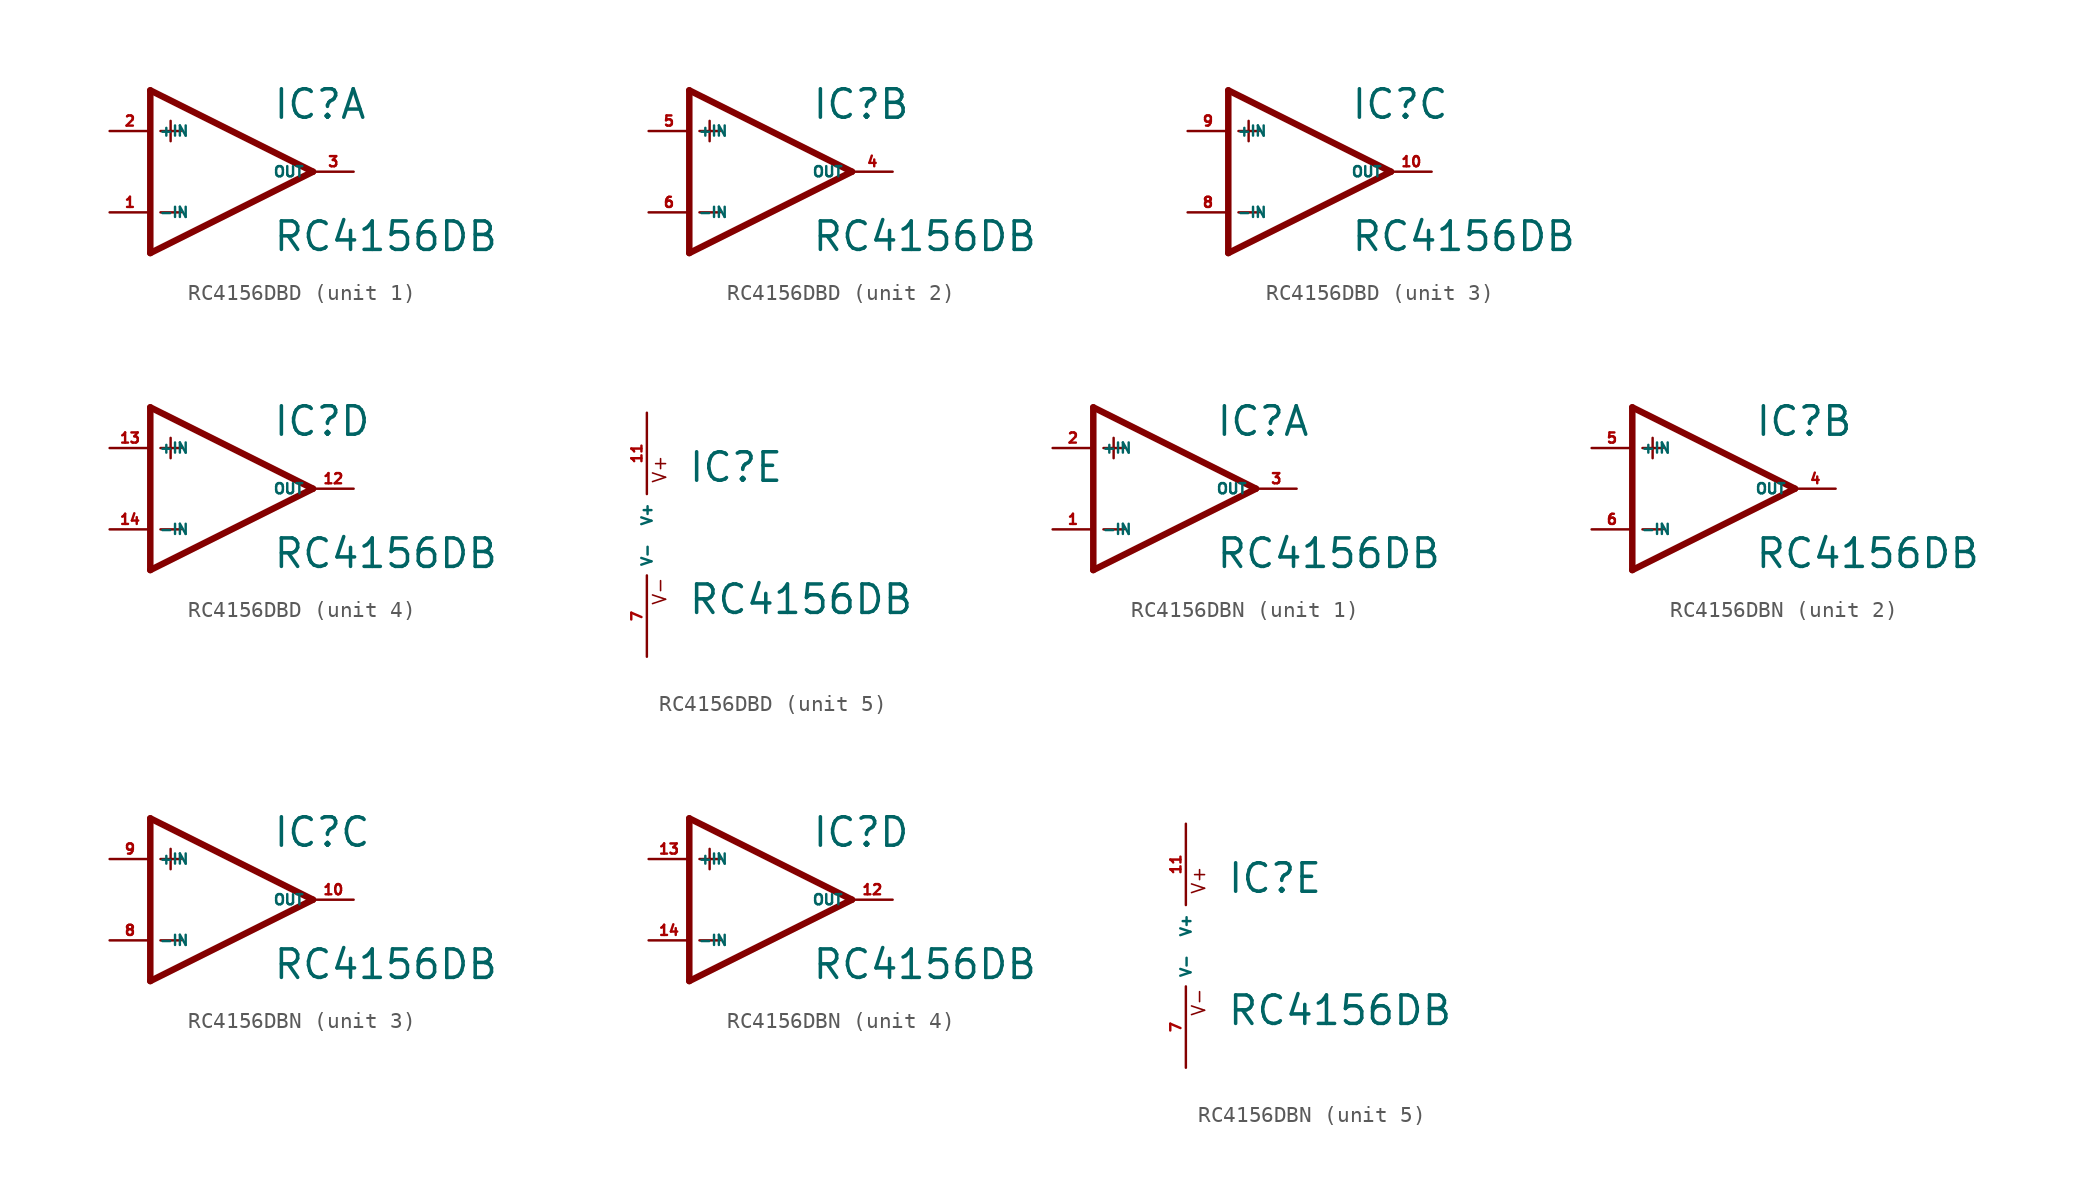
<source format=kicad_sym>
(kicad_symbol_lib
  (version 20220914)
  (generator Eagle2Kicad)
  (symbol "RC4156DBD"
    (property "Reference" "IC"
      (at 2.54 3.175 0)
      (effects (font (size 1.778 1.778) (thickness 0.22)) (justify left bottom)))
    (property "Value" "RC4156DB"
      (at 2.54 -5.08 0)
      (effects (font (size 1.778 1.778) (thickness 0.22)) (justify left bottom)))
    (symbol "RC4156DBD_1_0"
      (polyline (pts (xy -5.08 5.08) (xy -5.08 -5.08)) (stroke (width 0.406) (type default)) (fill (type none)))
      (polyline (pts (xy -5.08 -5.08) (xy 5.08 0)) (stroke (width 0.406) (type default)) (fill (type none)))
      (polyline (pts (xy 5.08 0) (xy -5.08 5.08)) (stroke (width 0.406) (type default)) (fill (type none)))
      (polyline (pts (xy -3.81 3.175) (xy -3.81 1.905)) (stroke (width 0.152) (type default)) (fill (type none)))
      (polyline (pts (xy -4.445 2.54) (xy -3.175 2.54)) (stroke (width 0.152) (type default)) (fill (type none)))
      (polyline (pts (xy -4.445 -2.54) (xy -3.175 -2.54)) (stroke (width 0.152) (type default)) (fill (type none)))
      (pin input line (at -7.62 -2.54 0) (length 2.54) (name "-IN" (effects (font (size 0.635 0.635) (thickness 0.08)) (justify left bottom))) (number "1" (effects (font (size 0.635 0.635) (thickness 0.08)) (justify left bottom))))
      (pin input line (at -7.62 2.54 0) (length 2.54) (name "+IN" (effects (font (size 0.635 0.635) (thickness 0.08)) (justify left bottom))) (number "2" (effects (font (size 0.635 0.635) (thickness 0.08)) (justify left bottom))))
      (pin output line (at 7.62 0 180) (length 2.54) (name "OUT" (effects (font (size 0.635 0.635) (thickness 0.08)) (justify left bottom))) (number "3" (effects (font (size 0.635 0.635) (thickness 0.08)) (justify left bottom)))))
    (symbol "RC4156DBD_2_0"
      (polyline (pts (xy -5.08 5.08) (xy -5.08 -5.08)) (stroke (width 0.406) (type default)) (fill (type none)))
      (polyline (pts (xy -5.08 -5.08) (xy 5.08 0)) (stroke (width 0.406) (type default)) (fill (type none)))
      (polyline (pts (xy 5.08 0) (xy -5.08 5.08)) (stroke (width 0.406) (type default)) (fill (type none)))
      (polyline (pts (xy -3.81 3.175) (xy -3.81 1.905)) (stroke (width 0.152) (type default)) (fill (type none)))
      (polyline (pts (xy -4.445 2.54) (xy -3.175 2.54)) (stroke (width 0.152) (type default)) (fill (type none)))
      (polyline (pts (xy -4.445 -2.54) (xy -3.175 -2.54)) (stroke (width 0.152) (type default)) (fill (type none)))
      (pin input line (at -7.62 -2.54 0) (length 2.54) (name "-IN" (effects (font (size 0.635 0.635) (thickness 0.08)) (justify left bottom))) (number "6" (effects (font (size 0.635 0.635) (thickness 0.08)) (justify left bottom))))
      (pin input line (at -7.62 2.54 0) (length 2.54) (name "+IN" (effects (font (size 0.635 0.635) (thickness 0.08)) (justify left bottom))) (number "5" (effects (font (size 0.635 0.635) (thickness 0.08)) (justify left bottom))))
      (pin output line (at 7.62 0 180) (length 2.54) (name "OUT" (effects (font (size 0.635 0.635) (thickness 0.08)) (justify left bottom))) (number "4" (effects (font (size 0.635 0.635) (thickness 0.08)) (justify left bottom)))))
    (symbol "RC4156DBD_3_0"
      (polyline (pts (xy -5.08 5.08) (xy -5.08 -5.08)) (stroke (width 0.406) (type default)) (fill (type none)))
      (polyline (pts (xy -5.08 -5.08) (xy 5.08 0)) (stroke (width 0.406) (type default)) (fill (type none)))
      (polyline (pts (xy 5.08 0) (xy -5.08 5.08)) (stroke (width 0.406) (type default)) (fill (type none)))
      (polyline (pts (xy -3.81 3.175) (xy -3.81 1.905)) (stroke (width 0.152) (type default)) (fill (type none)))
      (polyline (pts (xy -4.445 2.54) (xy -3.175 2.54)) (stroke (width 0.152) (type default)) (fill (type none)))
      (polyline (pts (xy -4.445 -2.54) (xy -3.175 -2.54)) (stroke (width 0.152) (type default)) (fill (type none)))
      (pin input line (at -7.62 -2.54 0) (length 2.54) (name "-IN" (effects (font (size 0.635 0.635) (thickness 0.08)) (justify left bottom))) (number "8" (effects (font (size 0.635 0.635) (thickness 0.08)) (justify left bottom))))
      (pin input line (at -7.62 2.54 0) (length 2.54) (name "+IN" (effects (font (size 0.635 0.635) (thickness 0.08)) (justify left bottom))) (number "9" (effects (font (size 0.635 0.635) (thickness 0.08)) (justify left bottom))))
      (pin output line (at 7.62 0 180) (length 2.54) (name "OUT" (effects (font (size 0.635 0.635) (thickness 0.08)) (justify left bottom))) (number "10" (effects (font (size 0.635 0.635) (thickness 0.08)) (justify left bottom)))))
    (symbol "RC4156DBD_4_0"
      (polyline (pts (xy -5.08 5.08) (xy -5.08 -5.08)) (stroke (width 0.406) (type default)) (fill (type none)))
      (polyline (pts (xy -5.08 -5.08) (xy 5.08 0)) (stroke (width 0.406) (type default)) (fill (type none)))
      (polyline (pts (xy 5.08 0) (xy -5.08 5.08)) (stroke (width 0.406) (type default)) (fill (type none)))
      (polyline (pts (xy -3.81 3.175) (xy -3.81 1.905)) (stroke (width 0.152) (type default)) (fill (type none)))
      (polyline (pts (xy -4.445 2.54) (xy -3.175 2.54)) (stroke (width 0.152) (type default)) (fill (type none)))
      (polyline (pts (xy -4.445 -2.54) (xy -3.175 -2.54)) (stroke (width 0.152) (type default)) (fill (type none)))
      (pin input line (at -7.62 -2.54 0) (length 2.54) (name "-IN" (effects (font (size 0.635 0.635) (thickness 0.08)) (justify left bottom))) (number "14" (effects (font (size 0.635 0.635) (thickness 0.08)) (justify left bottom))))
      (pin input line (at -7.62 2.54 0) (length 2.54) (name "+IN" (effects (font (size 0.635 0.635) (thickness 0.08)) (justify left bottom))) (number "13" (effects (font (size 0.635 0.635) (thickness 0.08)) (justify left bottom))))
      (pin output line (at 7.62 0 180) (length 2.54) (name "OUT" (effects (font (size 0.635 0.635) (thickness 0.08)) (justify left bottom))) (number "12" (effects (font (size 0.635 0.635) (thickness 0.08)) (justify left bottom)))))
    (symbol "RC4156DBD_5_0"
      (text "V+" (at 1.27 3.175 900) (effects (font (size 0.813 0.813) (thickness 0.10)) (justify left bottom)))
      (text "V-" (at 1.27 -4.445 900) (effects (font (size 0.813 0.813) (thickness 0.10)) (justify left bottom)))
      (pin unspecified line (at 0 7.62 270) (length 5.08) (name "V+" (effects (font (size 0.635 0.635) (thickness 0.08)) (justify left bottom))) (number "11" (effects (font (size 0.635 0.635) (thickness 0.08)) (justify left bottom))))
      (pin unspecified line (at 0 -7.62 90) (length 5.08) (name "V-" (effects (font (size 0.635 0.635) (thickness 0.08)) (justify left bottom))) (number "7" (effects (font (size 0.635 0.635) (thickness 0.08)) (justify left bottom))))))
  (symbol "RC4156DBN"
    (property "Reference" "IC"
      (at 2.54 3.175 0)
      (effects (font (size 1.778 1.778) (thickness 0.22)) (justify left bottom)))
    (property "Value" "RC4156DB"
      (at 2.54 -5.08 0)
      (effects (font (size 1.778 1.778) (thickness 0.22)) (justify left bottom)))
    (symbol "RC4156DBN_1_0"
      (polyline (pts (xy -5.08 5.08) (xy -5.08 -5.08)) (stroke (width 0.406) (type default)) (fill (type none)))
      (polyline (pts (xy -5.08 -5.08) (xy 5.08 0)) (stroke (width 0.406) (type default)) (fill (type none)))
      (polyline (pts (xy 5.08 0) (xy -5.08 5.08)) (stroke (width 0.406) (type default)) (fill (type none)))
      (polyline (pts (xy -3.81 3.175) (xy -3.81 1.905)) (stroke (width 0.152) (type default)) (fill (type none)))
      (polyline (pts (xy -4.445 2.54) (xy -3.175 2.54)) (stroke (width 0.152) (type default)) (fill (type none)))
      (polyline (pts (xy -4.445 -2.54) (xy -3.175 -2.54)) (stroke (width 0.152) (type default)) (fill (type none)))
      (pin input line (at -7.62 -2.54 0) (length 2.54) (name "-IN" (effects (font (size 0.635 0.635) (thickness 0.08)) (justify left bottom))) (number "1" (effects (font (size 0.635 0.635) (thickness 0.08)) (justify left bottom))))
      (pin input line (at -7.62 2.54 0) (length 2.54) (name "+IN" (effects (font (size 0.635 0.635) (thickness 0.08)) (justify left bottom))) (number "2" (effects (font (size 0.635 0.635) (thickness 0.08)) (justify left bottom))))
      (pin output line (at 7.62 0 180) (length 2.54) (name "OUT" (effects (font (size 0.635 0.635) (thickness 0.08)) (justify left bottom))) (number "3" (effects (font (size 0.635 0.635) (thickness 0.08)) (justify left bottom)))))
    (symbol "RC4156DBN_2_0"
      (polyline (pts (xy -5.08 5.08) (xy -5.08 -5.08)) (stroke (width 0.406) (type default)) (fill (type none)))
      (polyline (pts (xy -5.08 -5.08) (xy 5.08 0)) (stroke (width 0.406) (type default)) (fill (type none)))
      (polyline (pts (xy 5.08 0) (xy -5.08 5.08)) (stroke (width 0.406) (type default)) (fill (type none)))
      (polyline (pts (xy -3.81 3.175) (xy -3.81 1.905)) (stroke (width 0.152) (type default)) (fill (type none)))
      (polyline (pts (xy -4.445 2.54) (xy -3.175 2.54)) (stroke (width 0.152) (type default)) (fill (type none)))
      (polyline (pts (xy -4.445 -2.54) (xy -3.175 -2.54)) (stroke (width 0.152) (type default)) (fill (type none)))
      (pin input line (at -7.62 -2.54 0) (length 2.54) (name "-IN" (effects (font (size 0.635 0.635) (thickness 0.08)) (justify left bottom))) (number "6" (effects (font (size 0.635 0.635) (thickness 0.08)) (justify left bottom))))
      (pin input line (at -7.62 2.54 0) (length 2.54) (name "+IN" (effects (font (size 0.635 0.635) (thickness 0.08)) (justify left bottom))) (number "5" (effects (font (size 0.635 0.635) (thickness 0.08)) (justify left bottom))))
      (pin output line (at 7.62 0 180) (length 2.54) (name "OUT" (effects (font (size 0.635 0.635) (thickness 0.08)) (justify left bottom))) (number "4" (effects (font (size 0.635 0.635) (thickness 0.08)) (justify left bottom)))))
    (symbol "RC4156DBN_3_0"
      (polyline (pts (xy -5.08 5.08) (xy -5.08 -5.08)) (stroke (width 0.406) (type default)) (fill (type none)))
      (polyline (pts (xy -5.08 -5.08) (xy 5.08 0)) (stroke (width 0.406) (type default)) (fill (type none)))
      (polyline (pts (xy 5.08 0) (xy -5.08 5.08)) (stroke (width 0.406) (type default)) (fill (type none)))
      (polyline (pts (xy -3.81 3.175) (xy -3.81 1.905)) (stroke (width 0.152) (type default)) (fill (type none)))
      (polyline (pts (xy -4.445 2.54) (xy -3.175 2.54)) (stroke (width 0.152) (type default)) (fill (type none)))
      (polyline (pts (xy -4.445 -2.54) (xy -3.175 -2.54)) (stroke (width 0.152) (type default)) (fill (type none)))
      (pin input line (at -7.62 -2.54 0) (length 2.54) (name "-IN" (effects (font (size 0.635 0.635) (thickness 0.08)) (justify left bottom))) (number "8" (effects (font (size 0.635 0.635) (thickness 0.08)) (justify left bottom))))
      (pin input line (at -7.62 2.54 0) (length 2.54) (name "+IN" (effects (font (size 0.635 0.635) (thickness 0.08)) (justify left bottom))) (number "9" (effects (font (size 0.635 0.635) (thickness 0.08)) (justify left bottom))))
      (pin output line (at 7.62 0 180) (length 2.54) (name "OUT" (effects (font (size 0.635 0.635) (thickness 0.08)) (justify left bottom))) (number "10" (effects (font (size 0.635 0.635) (thickness 0.08)) (justify left bottom)))))
    (symbol "RC4156DBN_4_0"
      (polyline (pts (xy -5.08 5.08) (xy -5.08 -5.08)) (stroke (width 0.406) (type default)) (fill (type none)))
      (polyline (pts (xy -5.08 -5.08) (xy 5.08 0)) (stroke (width 0.406) (type default)) (fill (type none)))
      (polyline (pts (xy 5.08 0) (xy -5.08 5.08)) (stroke (width 0.406) (type default)) (fill (type none)))
      (polyline (pts (xy -3.81 3.175) (xy -3.81 1.905)) (stroke (width 0.152) (type default)) (fill (type none)))
      (polyline (pts (xy -4.445 2.54) (xy -3.175 2.54)) (stroke (width 0.152) (type default)) (fill (type none)))
      (polyline (pts (xy -4.445 -2.54) (xy -3.175 -2.54)) (stroke (width 0.152) (type default)) (fill (type none)))
      (pin input line (at -7.62 -2.54 0) (length 2.54) (name "-IN" (effects (font (size 0.635 0.635) (thickness 0.08)) (justify left bottom))) (number "14" (effects (font (size 0.635 0.635) (thickness 0.08)) (justify left bottom))))
      (pin input line (at -7.62 2.54 0) (length 2.54) (name "+IN" (effects (font (size 0.635 0.635) (thickness 0.08)) (justify left bottom))) (number "13" (effects (font (size 0.635 0.635) (thickness 0.08)) (justify left bottom))))
      (pin output line (at 7.62 0 180) (length 2.54) (name "OUT" (effects (font (size 0.635 0.635) (thickness 0.08)) (justify left bottom))) (number "12" (effects (font (size 0.635 0.635) (thickness 0.08)) (justify left bottom)))))
    (symbol "RC4156DBN_5_0"
      (text "V+" (at 1.27 3.175 900) (effects (font (size 0.813 0.813) (thickness 0.10)) (justify left bottom)))
      (text "V-" (at 1.27 -4.445 900) (effects (font (size 0.813 0.813) (thickness 0.10)) (justify left bottom)))
      (pin unspecified line (at 0 7.62 270) (length 5.08) (name "V+" (effects (font (size 0.635 0.635) (thickness 0.08)) (justify left bottom))) (number "11" (effects (font (size 0.635 0.635) (thickness 0.08)) (justify left bottom))))
      (pin unspecified line (at 0 -7.62 90) (length 5.08) (name "V-" (effects (font (size 0.635 0.635) (thickness 0.08)) (justify left bottom))) (number "7" (effects (font (size 0.635 0.635) (thickness 0.08)) (justify left bottom)))))))
</source>
